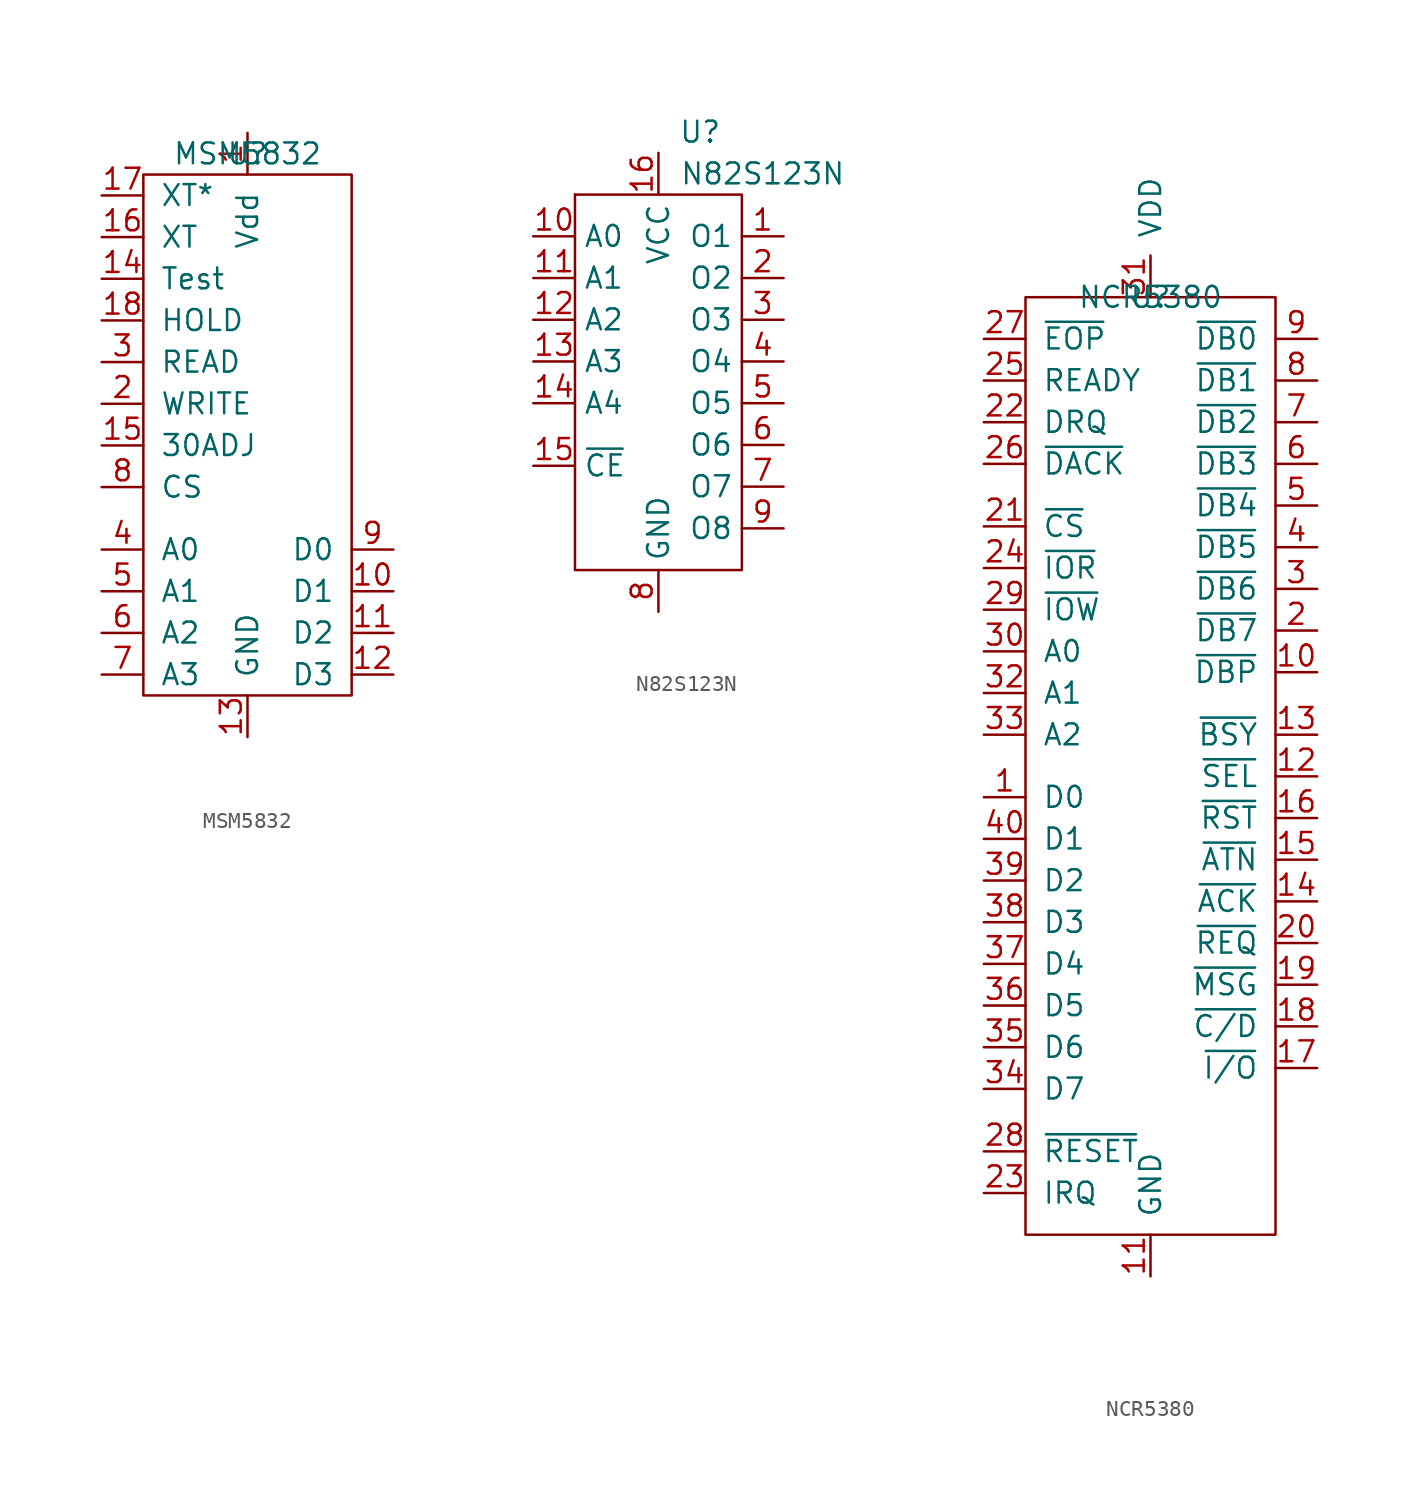
<source format=kicad_sym>
(kicad_symbol_lib
  (version 20231120)
  (generator "kicad_symbol_editor")
  (generator_version "8.0")
  (symbol "MSM5832"
    (pin_names
      (offset 1.016))
    (property "Reference" "U"
      (at 0 0 0)
      (effects (font (size 1.27 1.27))))
    (property "Value" "MSM5832"
      (at 0 0 0)
      (effects (font (size 1.27 1.27))))
    (symbol "MSM5832_0_1"
      (rectangle (start -6.35 -1.27) (end 6.35 -33.02) (stroke (width 0) (type default)) (fill (type none))))
    (symbol "MSM5832_1_1"
      (pin power_in line (at 0 1.27 270) (length 2.54) (name "Vdd" (effects (font (size 1.27 1.27)))) (number "1" (effects (font (size 1.27 1.27)))))
      (pin bidirectional line (at 8.89 -26.67 180) (length 2.54) (name "D1" (effects (font (size 1.27 1.27)))) (number "10" (effects (font (size 1.27 1.27)))))
      (pin bidirectional line (at 8.89 -29.21 180) (length 2.54) (name "D2" (effects (font (size 1.27 1.27)))) (number "11" (effects (font (size 1.27 1.27)))))
      (pin bidirectional line (at 8.89 -31.75 180) (length 2.54) (name "D3" (effects (font (size 1.27 1.27)))) (number "12" (effects (font (size 1.27 1.27)))))
      (pin power_in line (at 0 -35.56 90) (length 2.54) (name "GND" (effects (font (size 1.27 1.27)))) (number "13" (effects (font (size 1.27 1.27)))))
      (pin input line (at -8.89 -7.62 0) (length 2.54) (name "Test" (effects (font (size 1.27 1.27)))) (number "14" (effects (font (size 1.27 1.27)))))
      (pin input line (at -8.89 -17.78 0) (length 2.54) (name "30ADJ" (effects (font (size 1.27 1.27)))) (number "15" (effects (font (size 1.27 1.27)))))
      (pin input line (at -8.89 -5.08 0) (length 2.54) (name "XT" (effects (font (size 1.27 1.27)))) (number "16" (effects (font (size 1.27 1.27)))))
      (pin input line (at -8.89 -2.54 0) (length 2.54) (name "XT*" (effects (font (size 1.27 1.27)))) (number "17" (effects (font (size 1.27 1.27)))))
      (pin input line (at -8.89 -10.16 0) (length 2.54) (name "HOLD" (effects (font (size 1.27 1.27)))) (number "18" (effects (font (size 1.27 1.27)))))
      (pin input line (at -8.89 -15.24 0) (length 2.54) (name "WRITE" (effects (font (size 1.27 1.27)))) (number "2" (effects (font (size 1.27 1.27)))))
      (pin input line (at -8.89 -12.7 0) (length 2.54) (name "READ" (effects (font (size 1.27 1.27)))) (number "3" (effects (font (size 1.27 1.27)))))
      (pin input line (at -8.89 -24.13 0) (length 2.54) (name "A0" (effects (font (size 1.27 1.27)))) (number "4" (effects (font (size 1.27 1.27)))))
      (pin input line (at -8.89 -26.67 0) (length 2.54) (name "A1" (effects (font (size 1.27 1.27)))) (number "5" (effects (font (size 1.27 1.27)))))
      (pin input line (at -8.89 -29.21 0) (length 2.54) (name "A2" (effects (font (size 1.27 1.27)))) (number "6" (effects (font (size 1.27 1.27)))))
      (pin input line (at -8.89 -31.75 0) (length 2.54) (name "A3" (effects (font (size 1.27 1.27)))) (number "7" (effects (font (size 1.27 1.27)))))
      (pin input line (at -8.89 -20.32 0) (length 2.54) (name "CS" (effects (font (size 1.27 1.27)))) (number "8" (effects (font (size 1.27 1.27)))))
      (pin bidirectional line (at 8.89 -24.13 180) (length 2.54) (name "D0" (effects (font (size 1.27 1.27)))) (number "9" (effects (font (size 1.27 1.27)))))))
  (symbol "N82S123N"
    (property "Reference" "U"
      (at 2.54 3.81 0)
      (effects (font (size 1.27 1.27))))
    (property "Value" "N82S123N"
      (at 6.35 1.27 0)
      (effects (font (size 1.27 1.27))))
    (symbol "N82S123N_0_1"
      (rectangle (start -5.08 0) (end -5.08 0) (stroke (width 0.152) (type default)) (fill (type none)))
      (rectangle (start -5.08 0) (end 5.08 -22.86) (stroke (width 0.152) (type default)) (fill (type none))))
    (symbol "N82S123N_1_1"
      (pin tri_state line (at 7.62 -2.54 180) (length 2.54) (name "O1" (effects (font (size 1.27 1.27)))) (number "1" (effects (font (size 1.27 1.27)))))
      (pin input line (at -7.62 -2.54 0) (length 2.54) (name "A0" (effects (font (size 1.27 1.27)))) (number "10" (effects (font (size 1.27 1.27)))))
      (pin input line (at -7.62 -5.08 0) (length 2.54) (name "A1" (effects (font (size 1.27 1.27)))) (number "11" (effects (font (size 1.27 1.27)))))
      (pin input line (at -7.62 -7.62 0) (length 2.54) (name "A2" (effects (font (size 1.27 1.27)))) (number "12" (effects (font (size 1.27 1.27)))))
      (pin input line (at -7.62 -10.16 0) (length 2.54) (name "A3" (effects (font (size 1.27 1.27)))) (number "13" (effects (font (size 1.27 1.27)))))
      (pin input line (at -7.62 -12.7 0) (length 2.54) (name "A4" (effects (font (size 1.27 1.27)))) (number "14" (effects (font (size 1.27 1.27)))))
      (pin input line (at -7.62 -16.51 0) (length 2.54) (name "~{CE}" (effects (font (size 1.27 1.27)))) (number "15" (effects (font (size 1.27 1.27)))))
      (pin power_in line (at 0 2.54 270) (length 2.54) (name "VCC" (effects (font (size 1.27 1.27)))) (number "16" (effects (font (size 1.27 1.27)))))
      (pin tri_state line (at 7.62 -5.08 180) (length 2.54) (name "O2" (effects (font (size 1.27 1.27)))) (number "2" (effects (font (size 1.27 1.27)))))
      (pin tri_state line (at 7.62 -7.62 180) (length 2.54) (name "O3" (effects (font (size 1.27 1.27)))) (number "3" (effects (font (size 1.27 1.27)))))
      (pin tri_state line (at 7.62 -10.16 180) (length 2.54) (name "O4" (effects (font (size 1.27 1.27)))) (number "4" (effects (font (size 1.27 1.27)))))
      (pin tri_state line (at 7.62 -12.7 180) (length 2.54) (name "O5" (effects (font (size 1.27 1.27)))) (number "5" (effects (font (size 1.27 1.27)))))
      (pin tri_state line (at 7.62 -15.24 180) (length 2.54) (name "O6" (effects (font (size 1.27 1.27)))) (number "6" (effects (font (size 1.27 1.27)))))
      (pin tri_state line (at 7.62 -17.78 180) (length 2.54) (name "O7" (effects (font (size 1.27 1.27)))) (number "7" (effects (font (size 1.27 1.27)))))
      (pin power_in line (at 0 -25.4 90) (length 2.54) (name "GND" (effects (font (size 1.27 1.27)))) (number "8" (effects (font (size 1.27 1.27)))))
      (pin tri_state line (at 7.62 -20.32 180) (length 2.54) (name "O8" (effects (font (size 1.27 1.27)))) (number "9" (effects (font (size 1.27 1.27)))))))
  (symbol "NCR5380"
    (pin_names
      (offset 1.016))
    (property "Reference" "U"
      (at 0 0 0)
      (effects (font (size 1.27 1.27))))
    (property "Value" "NCR5380"
      (at 0 0 0)
      (effects (font (size 1.27 1.27))))
    (symbol "NCR5380_0_1"
      (polyline (pts (xy -7.62 0) (xy 7.62 0) (xy 7.62 -57.15) (xy -7.62 -57.15) (xy -7.62 0)) (stroke (width 0) (type default)) (fill (type none))))
    (symbol "NCR5380_1_1"
      (pin bidirectional line (at -10.16 -30.48 0) (length 2.54) (name "D0" (effects (font (size 1.27 1.27)))) (number "1" (effects (font (size 1.27 1.27)))))
      (pin bidirectional line (at 10.16 -22.86 180) (length 2.54) (name "~{DBP}" (effects (font (size 1.27 1.27)))) (number "10" (effects (font (size 1.27 1.27)))))
      (pin power_in line (at 0 -59.69 90) (length 2.54) (name "GND" (effects (font (size 1.27 1.27)))) (number "11" (effects (font (size 1.27 1.27)))))
      (pin bidirectional line (at 10.16 -29.21 180) (length 2.54) (name "~{SEL}" (effects (font (size 1.27 1.27)))) (number "12" (effects (font (size 1.27 1.27)))))
      (pin bidirectional line (at 10.16 -26.67 180) (length 2.54) (name "~{BSY}" (effects (font (size 1.27 1.27)))) (number "13" (effects (font (size 1.27 1.27)))))
      (pin bidirectional line (at 10.16 -36.83 180) (length 2.54) (name "~{ACK}" (effects (font (size 1.27 1.27)))) (number "14" (effects (font (size 1.27 1.27)))))
      (pin bidirectional line (at 10.16 -34.29 180) (length 2.54) (name "~{ATN}" (effects (font (size 1.27 1.27)))) (number "15" (effects (font (size 1.27 1.27)))))
      (pin bidirectional line (at 10.16 -31.75 180) (length 2.54) (name "~{RST}" (effects (font (size 1.27 1.27)))) (number "16" (effects (font (size 1.27 1.27)))))
      (pin bidirectional line (at 10.16 -46.99 180) (length 2.54) (name "~{I/O}" (effects (font (size 1.27 1.27)))) (number "17" (effects (font (size 1.27 1.27)))))
      (pin bidirectional line (at 10.16 -44.45 180) (length 2.54) (name "~{C/D}" (effects (font (size 1.27 1.27)))) (number "18" (effects (font (size 1.27 1.27)))))
      (pin bidirectional line (at 10.16 -41.91 180) (length 2.54) (name "~{MSG}" (effects (font (size 1.27 1.27)))) (number "19" (effects (font (size 1.27 1.27)))))
      (pin bidirectional line (at 10.16 -20.32 180) (length 2.54) (name "~{DB7}" (effects (font (size 1.27 1.27)))) (number "2" (effects (font (size 1.27 1.27)))))
      (pin bidirectional line (at 10.16 -39.37 180) (length 2.54) (name "~{REQ}" (effects (font (size 1.27 1.27)))) (number "20" (effects (font (size 1.27 1.27)))))
      (pin input line (at -10.16 -13.97 0) (length 2.54) (name "~{CS}" (effects (font (size 1.27 1.27)))) (number "21" (effects (font (size 1.27 1.27)))))
      (pin output line (at -10.16 -7.62 0) (length 2.54) (name "DRQ" (effects (font (size 1.27 1.27)))) (number "22" (effects (font (size 1.27 1.27)))))
      (pin output line (at -10.16 -54.61 0) (length 2.54) (name "IRQ" (effects (font (size 1.27 1.27)))) (number "23" (effects (font (size 1.27 1.27)))))
      (pin input line (at -10.16 -16.51 0) (length 2.54) (name "~{IOR}" (effects (font (size 1.27 1.27)))) (number "24" (effects (font (size 1.27 1.27)))))
      (pin output line (at -10.16 -5.08 0) (length 2.54) (name "READY" (effects (font (size 1.27 1.27)))) (number "25" (effects (font (size 1.27 1.27)))))
      (pin input line (at -10.16 -10.16 0) (length 2.54) (name "~{DACK}" (effects (font (size 1.27 1.27)))) (number "26" (effects (font (size 1.27 1.27)))))
      (pin input line (at -10.16 -2.54 0) (length 2.54) (name "~{EOP}" (effects (font (size 1.27 1.27)))) (number "27" (effects (font (size 1.27 1.27)))))
      (pin input line (at -10.16 -52.07 0) (length 2.54) (name "~{RESET}" (effects (font (size 1.27 1.27)))) (number "28" (effects (font (size 1.27 1.27)))))
      (pin input line (at -10.16 -19.05 0) (length 2.54) (name "~{IOW}" (effects (font (size 1.27 1.27)))) (number "29" (effects (font (size 1.27 1.27)))))
      (pin bidirectional line (at 10.16 -17.78 180) (length 2.54) (name "~{DB6}" (effects (font (size 1.27 1.27)))) (number "3" (effects (font (size 1.27 1.27)))))
      (pin input line (at -10.16 -21.59 0) (length 2.54) (name "A0" (effects (font (size 1.27 1.27)))) (number "30" (effects (font (size 1.27 1.27)))))
      (pin power_in line (at 0 0 90) (length 2.54) (name "VDD" (effects (font (size 1.27 1.27)))) (number "31" (effects (font (size 1.27 1.27)))))
      (pin input line (at -10.16 -24.13 0) (length 2.54) (name "A1" (effects (font (size 1.27 1.27)))) (number "32" (effects (font (size 1.27 1.27)))))
      (pin input line (at -10.16 -26.67 0) (length 2.54) (name "A2" (effects (font (size 1.27 1.27)))) (number "33" (effects (font (size 1.27 1.27)))))
      (pin bidirectional line (at -10.16 -48.26 0) (length 2.54) (name "D7" (effects (font (size 1.27 1.27)))) (number "34" (effects (font (size 1.27 1.27)))))
      (pin bidirectional line (at -10.16 -45.72 0) (length 2.54) (name "D6" (effects (font (size 1.27 1.27)))) (number "35" (effects (font (size 1.27 1.27)))))
      (pin bidirectional line (at -10.16 -43.18 0) (length 2.54) (name "D5" (effects (font (size 1.27 1.27)))) (number "36" (effects (font (size 1.27 1.27)))))
      (pin bidirectional line (at -10.16 -40.64 0) (length 2.54) (name "D4" (effects (font (size 1.27 1.27)))) (number "37" (effects (font (size 1.27 1.27)))))
      (pin bidirectional line (at -10.16 -38.1 0) (length 2.54) (name "D3" (effects (font (size 1.27 1.27)))) (number "38" (effects (font (size 1.27 1.27)))))
      (pin bidirectional line (at -10.16 -35.56 0) (length 2.54) (name "D2" (effects (font (size 1.27 1.27)))) (number "39" (effects (font (size 1.27 1.27)))))
      (pin bidirectional line (at 10.16 -15.24 180) (length 2.54) (name "~{DB5}" (effects (font (size 1.27 1.27)))) (number "4" (effects (font (size 1.27 1.27)))))
      (pin bidirectional line (at -10.16 -33.02 0) (length 2.54) (name "D1" (effects (font (size 1.27 1.27)))) (number "40" (effects (font (size 1.27 1.27)))))
      (pin bidirectional line (at 10.16 -12.7 180) (length 2.54) (name "~{DB4}" (effects (font (size 1.27 1.27)))) (number "5" (effects (font (size 1.27 1.27)))))
      (pin bidirectional line (at 10.16 -10.16 180) (length 2.54) (name "~{DB3}" (effects (font (size 1.27 1.27)))) (number "6" (effects (font (size 1.27 1.27)))))
      (pin bidirectional line (at 10.16 -7.62 180) (length 2.54) (name "~{DB2}" (effects (font (size 1.27 1.27)))) (number "7" (effects (font (size 1.27 1.27)))))
      (pin bidirectional line (at 10.16 -5.08 180) (length 2.54) (name "~{DB1}" (effects (font (size 1.27 1.27)))) (number "8" (effects (font (size 1.27 1.27)))))
      (pin bidirectional line (at 10.16 -2.54 180) (length 2.54) (name "~{DB0}" (effects (font (size 1.27 1.27)))) (number "9" (effects (font (size 1.27 1.27))))))))
</source>
